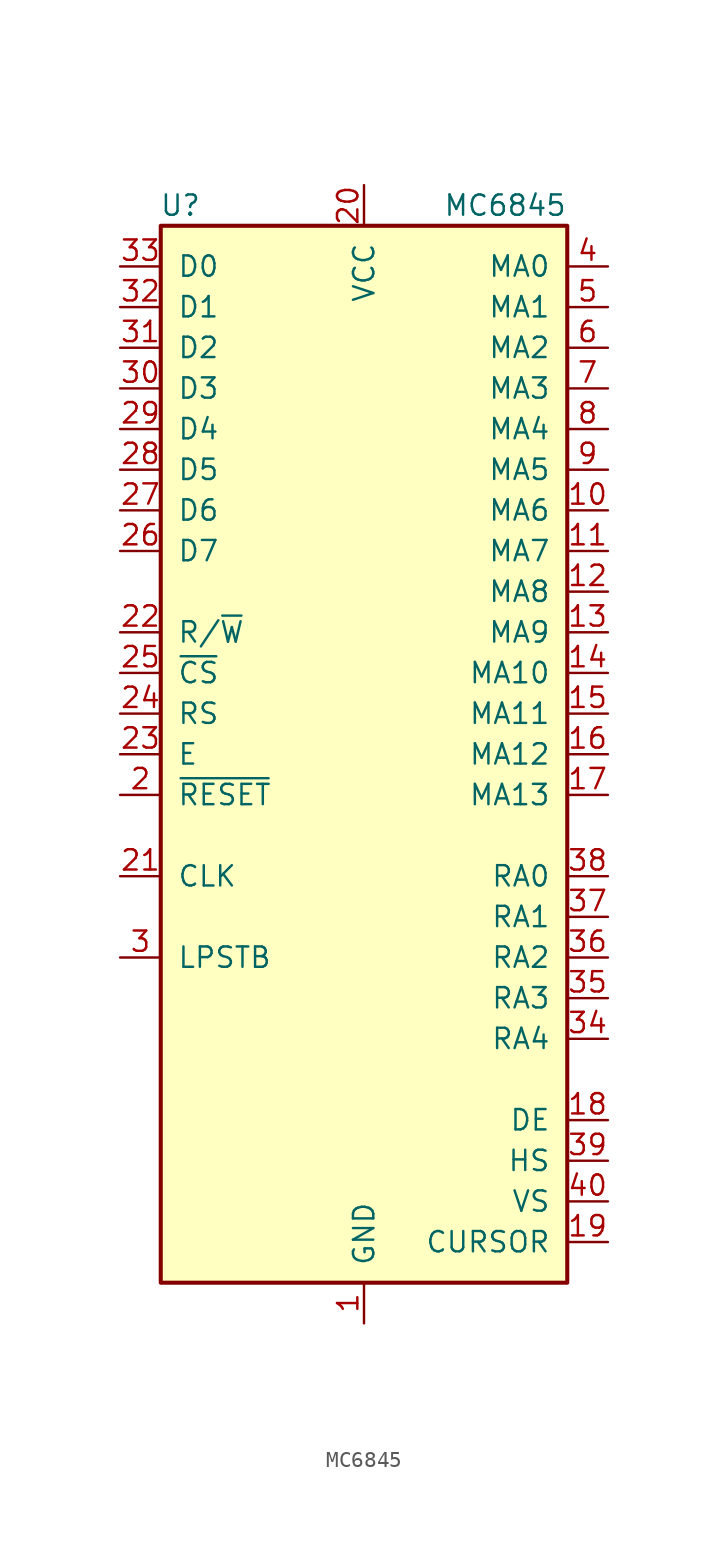
<source format=kicad_sym>
(kicad_symbol_lib
  (version 20201005)
  (generator kicad_symbol_editor)
  (symbol "MC6845"
    (pin_names
      (offset 1.016))
    (property "Reference" "U"
      (at -10.16 34.29 0)
      (effects (font (size 1.27 1.27)) (justify right)))
    (property "Value" "MC6845"
      (at 12.7 34.29 0)
      (effects (font (size 1.27 1.27)) (justify right)))
    (symbol "MC6845_0_1"
      (rectangle (start -12.7 -33.02) (end 12.7 33.02) (stroke (width 0.254)) (fill (type background))))
    (symbol "MC6845_1_1"
      (pin power_in line (at 0 -35.56 90) (length 2.54) (name "GND" (effects (font (size 1.27 1.27)))) (number "1" (effects (font (size 1.27 1.27)))))
      (pin output line (at 15.24 15.24 180) (length 2.54) (name "MA6" (effects (font (size 1.27 1.27)))) (number "10" (effects (font (size 1.27 1.27)))))
      (pin output line (at 15.24 12.7 180) (length 2.54) (name "MA7" (effects (font (size 1.27 1.27)))) (number "11" (effects (font (size 1.27 1.27)))))
      (pin output line (at 15.24 10.16 180) (length 2.54) (name "MA8" (effects (font (size 1.27 1.27)))) (number "12" (effects (font (size 1.27 1.27)))))
      (pin output line (at 15.24 7.62 180) (length 2.54) (name "MA9" (effects (font (size 1.27 1.27)))) (number "13" (effects (font (size 1.27 1.27)))))
      (pin output line (at 15.24 5.08 180) (length 2.54) (name "MA10" (effects (font (size 1.27 1.27)))) (number "14" (effects (font (size 1.27 1.27)))))
      (pin output line (at 15.24 2.54 180) (length 2.54) (name "MA11" (effects (font (size 1.27 1.27)))) (number "15" (effects (font (size 1.27 1.27)))))
      (pin output line (at 15.24 0 180) (length 2.54) (name "MA12" (effects (font (size 1.27 1.27)))) (number "16" (effects (font (size 1.27 1.27)))))
      (pin output line (at 15.24 -2.54 180) (length 2.54) (name "MA13" (effects (font (size 1.27 1.27)))) (number "17" (effects (font (size 1.27 1.27)))))
      (pin output line (at 15.24 -22.86 180) (length 2.54) (name "DE" (effects (font (size 1.27 1.27)))) (number "18" (effects (font (size 1.27 1.27)))))
      (pin output line (at 15.24 -30.48 180) (length 2.54) (name "CURSOR" (effects (font (size 1.27 1.27)))) (number "19" (effects (font (size 1.27 1.27)))))
      (pin input line (at -15.24 -2.54 0) (length 2.54) (name "~RESET" (effects (font (size 1.27 1.27)))) (number "2" (effects (font (size 1.27 1.27)))))
      (pin power_in line (at 0 35.56 270) (length 2.54) (name "VCC" (effects (font (size 1.27 1.27)))) (number "20" (effects (font (size 1.27 1.27)))))
      (pin input line (at -15.24 -7.62 0) (length 2.54) (name "CLK" (effects (font (size 1.27 1.27)))) (number "21" (effects (font (size 1.27 1.27)))))
      (pin input line (at -15.24 7.62 0) (length 2.54) (name "R/~W" (effects (font (size 1.27 1.27)))) (number "22" (effects (font (size 1.27 1.27)))))
      (pin input line (at -15.24 0 0) (length 2.54) (name "E" (effects (font (size 1.27 1.27)))) (number "23" (effects (font (size 1.27 1.27)))))
      (pin input line (at -15.24 2.54 0) (length 2.54) (name "RS" (effects (font (size 1.27 1.27)))) (number "24" (effects (font (size 1.27 1.27)))))
      (pin input line (at -15.24 5.08 0) (length 2.54) (name "~CS" (effects (font (size 1.27 1.27)))) (number "25" (effects (font (size 1.27 1.27)))))
      (pin bidirectional line (at -15.24 12.7 0) (length 2.54) (name "D7" (effects (font (size 1.27 1.27)))) (number "26" (effects (font (size 1.27 1.27)))))
      (pin bidirectional line (at -15.24 15.24 0) (length 2.54) (name "D6" (effects (font (size 1.27 1.27)))) (number "27" (effects (font (size 1.27 1.27)))))
      (pin bidirectional line (at -15.24 17.78 0) (length 2.54) (name "D5" (effects (font (size 1.27 1.27)))) (number "28" (effects (font (size 1.27 1.27)))))
      (pin bidirectional line (at -15.24 20.32 0) (length 2.54) (name "D4" (effects (font (size 1.27 1.27)))) (number "29" (effects (font (size 1.27 1.27)))))
      (pin input line (at -15.24 -12.7 0) (length 2.54) (name "LPSTB" (effects (font (size 1.27 1.27)))) (number "3" (effects (font (size 1.27 1.27)))))
      (pin bidirectional line (at -15.24 22.86 0) (length 2.54) (name "D3" (effects (font (size 1.27 1.27)))) (number "30" (effects (font (size 1.27 1.27)))))
      (pin bidirectional line (at -15.24 25.4 0) (length 2.54) (name "D2" (effects (font (size 1.27 1.27)))) (number "31" (effects (font (size 1.27 1.27)))))
      (pin bidirectional line (at -15.24 27.94 0) (length 2.54) (name "D1" (effects (font (size 1.27 1.27)))) (number "32" (effects (font (size 1.27 1.27)))))
      (pin bidirectional line (at -15.24 30.48 0) (length 2.54) (name "D0" (effects (font (size 1.27 1.27)))) (number "33" (effects (font (size 1.27 1.27)))))
      (pin output line (at 15.24 -17.78 180) (length 2.54) (name "RA4" (effects (font (size 1.27 1.27)))) (number "34" (effects (font (size 1.27 1.27)))))
      (pin output line (at 15.24 -15.24 180) (length 2.54) (name "RA3" (effects (font (size 1.27 1.27)))) (number "35" (effects (font (size 1.27 1.27)))))
      (pin output line (at 15.24 -12.7 180) (length 2.54) (name "RA2" (effects (font (size 1.27 1.27)))) (number "36" (effects (font (size 1.27 1.27)))))
      (pin output line (at 15.24 -10.16 180) (length 2.54) (name "RA1" (effects (font (size 1.27 1.27)))) (number "37" (effects (font (size 1.27 1.27)))))
      (pin output line (at 15.24 -7.62 180) (length 2.54) (name "RA0" (effects (font (size 1.27 1.27)))) (number "38" (effects (font (size 1.27 1.27)))))
      (pin output line (at 15.24 -25.4 180) (length 2.54) (name "HS" (effects (font (size 1.27 1.27)))) (number "39" (effects (font (size 1.27 1.27)))))
      (pin output line (at 15.24 30.48 180) (length 2.54) (name "MA0" (effects (font (size 1.27 1.27)))) (number "4" (effects (font (size 1.27 1.27)))))
      (pin output line (at 15.24 -27.94 180) (length 2.54) (name "VS" (effects (font (size 1.27 1.27)))) (number "40" (effects (font (size 1.27 1.27)))))
      (pin output line (at 15.24 27.94 180) (length 2.54) (name "MA1" (effects (font (size 1.27 1.27)))) (number "5" (effects (font (size 1.27 1.27)))))
      (pin output line (at 15.24 25.4 180) (length 2.54) (name "MA2" (effects (font (size 1.27 1.27)))) (number "6" (effects (font (size 1.27 1.27)))))
      (pin output line (at 15.24 22.86 180) (length 2.54) (name "MA3" (effects (font (size 1.27 1.27)))) (number "7" (effects (font (size 1.27 1.27)))))
      (pin output line (at 15.24 20.32 180) (length 2.54) (name "MA4" (effects (font (size 1.27 1.27)))) (number "8" (effects (font (size 1.27 1.27)))))
      (pin output line (at 15.24 17.78 180) (length 2.54) (name "MA5" (effects (font (size 1.27 1.27)))) (number "9" (effects (font (size 1.27 1.27))))))))
</source>
